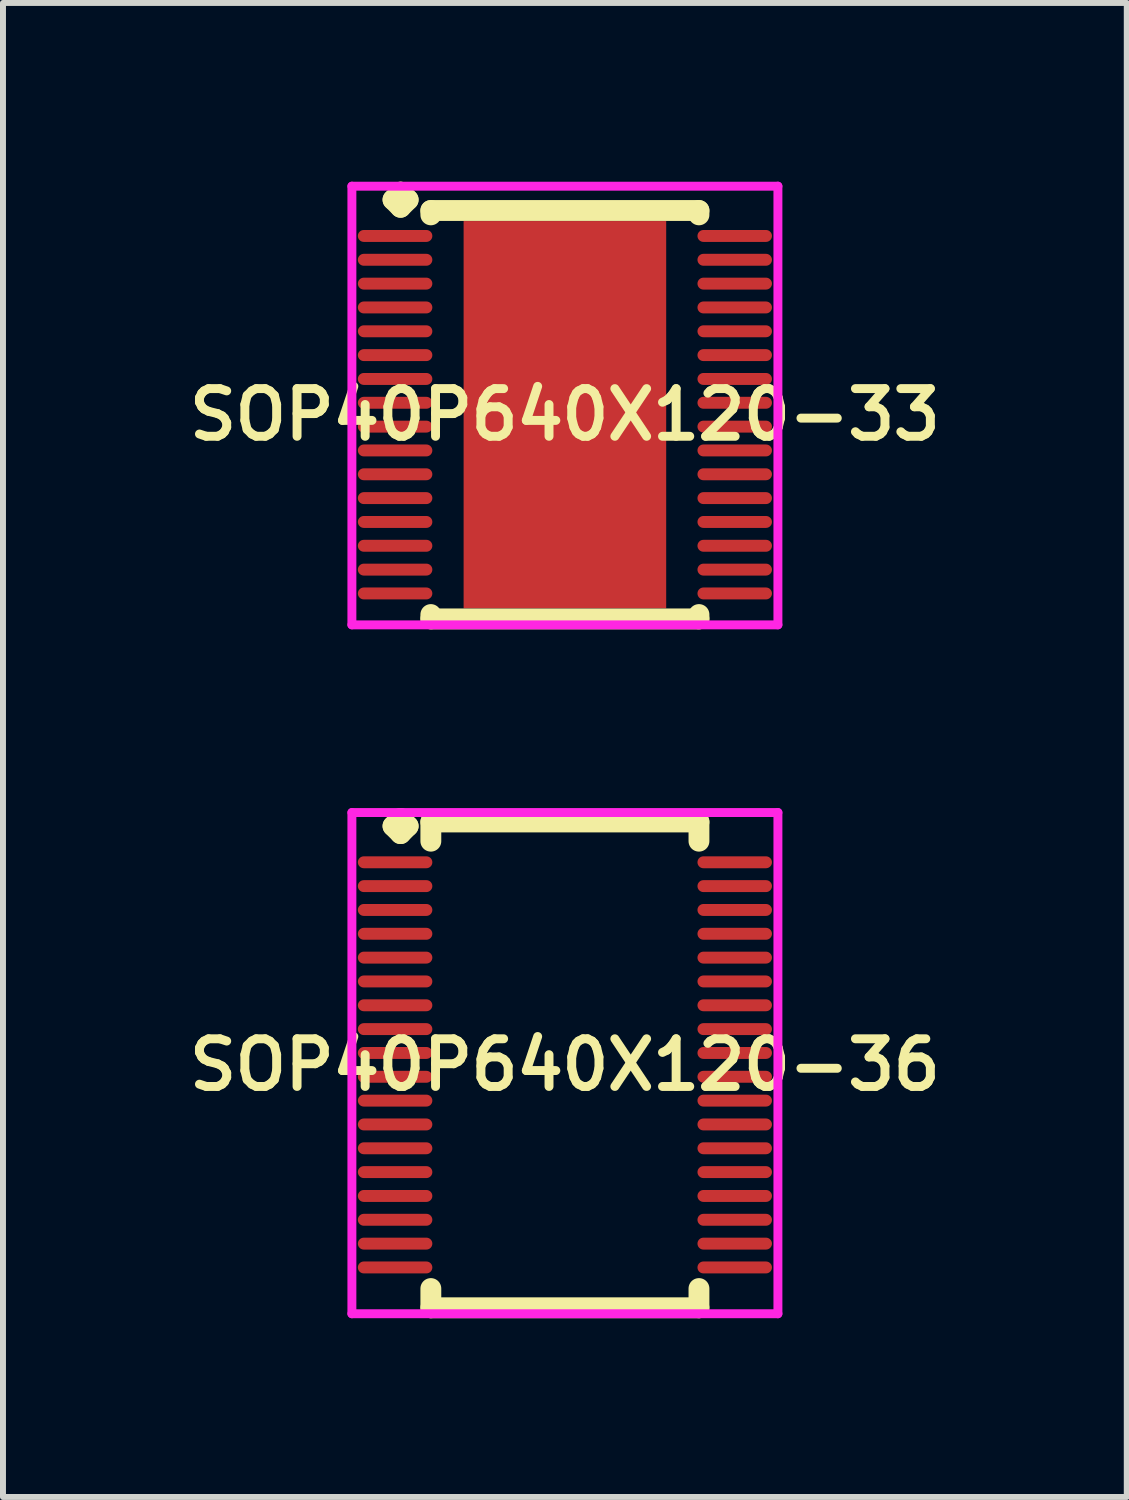
<source format=kicad_pcb>
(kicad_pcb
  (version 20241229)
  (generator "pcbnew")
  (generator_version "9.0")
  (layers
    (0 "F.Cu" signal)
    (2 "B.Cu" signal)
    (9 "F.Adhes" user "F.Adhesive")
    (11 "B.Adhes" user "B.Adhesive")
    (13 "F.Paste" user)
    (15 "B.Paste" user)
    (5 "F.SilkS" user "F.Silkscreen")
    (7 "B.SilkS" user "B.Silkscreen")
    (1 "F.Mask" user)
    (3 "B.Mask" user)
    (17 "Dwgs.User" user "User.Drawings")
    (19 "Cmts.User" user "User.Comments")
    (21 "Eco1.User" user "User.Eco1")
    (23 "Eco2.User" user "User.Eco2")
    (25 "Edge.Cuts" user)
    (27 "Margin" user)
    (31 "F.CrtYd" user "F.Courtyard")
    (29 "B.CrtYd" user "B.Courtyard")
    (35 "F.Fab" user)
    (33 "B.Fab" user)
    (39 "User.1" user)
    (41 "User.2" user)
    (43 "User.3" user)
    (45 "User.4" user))
  (footprint "SOP40P640X120-36"
    (layer "F.Cu")
    (at 6.431 14.822)
    (property "Reference" "SOP40P640X120-36" (at 0 0 0) (layer "F.SilkS") (effects (font (size 0.8 0.8) (thickness 0.15))))
    (attr smd)
    (fp_line (start -2.885 -4.008) (end -2.758 -4.135) (stroke (width 0.35) (type solid)) (layer "F.SilkS"))
    (fp_line (start -2.758 -4.135) (end -2.631 -4.008) (stroke (width 0.35) (type solid)) (layer "F.SilkS"))
    (fp_line (start -2.758 -3.881) (end -2.885 -4.008) (stroke (width 0.35) (type solid)) (layer "F.SilkS"))
    (fp_line (start -2.631 -4.008) (end -2.758 -3.881) (stroke (width 0.35) (type solid)) (layer "F.SilkS"))
    (fp_line (start -2.25 -4.077) (end 2.25 -4.077) (stroke (width 0.35) (type solid)) (layer "F.SilkS"))
    (fp_line (start -2.25 -3.754) (end -2.25 -4.077) (stroke (width 0.35) (type solid)) (layer "F.SilkS"))
    (fp_line (start -2.25 3.754) (end -2.25 4.077) (stroke (width 0.35) (type solid)) (layer "F.SilkS"))
    (fp_line (start -2.25 4.077) (end 2.25 4.077) (stroke (width 0.35) (type solid)) (layer "F.SilkS"))
    (fp_line (start 2.25 -4.077) (end 2.25 -3.754) (stroke (width 0.35) (type solid)) (layer "F.SilkS"))
    (fp_line (start 2.25 4.077) (end 2.25 3.754) (stroke (width 0.35) (type solid)) (layer "F.SilkS"))
    (fp_line (start -3.575 -4.235) (end 3.575 -4.235) (stroke (width 0.15) (type solid)) (layer "F.CrtYd"))
    (fp_line (start -3.575 4.177) (end -3.575 -4.235) (stroke (width 0.15) (type solid)) (layer "F.CrtYd"))
    (fp_line (start 3.575 -4.235) (end 3.575 4.177) (stroke (width 0.15) (type solid)) (layer "F.CrtYd"))
    (fp_line (start 3.575 4.177) (end -3.575 4.177) (stroke (width 0.15) (type solid)) (layer "F.CrtYd"))
    (pad "1" smd oval (at -2.85 -3.4) (size 1.25 0.2) (layers "F.Cu" "F.Mask" "F.Paste"))
    (pad "2" smd oval (at -2.85 -3) (size 1.25 0.2) (layers "F.Cu" "F.Mask" "F.Paste"))
    (pad "3" smd oval (at -2.85 -2.6) (size 1.25 0.2) (layers "F.Cu" "F.Mask" "F.Paste"))
    (pad "4" smd oval (at -2.85 -2.2) (size 1.25 0.2) (layers "F.Cu" "F.Mask" "F.Paste"))
    (pad "5" smd oval (at -2.85 -1.8) (size 1.25 0.2) (layers "F.Cu" "F.Mask" "F.Paste"))
    (pad "6" smd oval (at -2.85 -1.4) (size 1.25 0.2) (layers "F.Cu" "F.Mask" "F.Paste"))
    (pad "7" smd oval (at -2.85 -1) (size 1.25 0.2) (layers "F.Cu" "F.Mask" "F.Paste"))
    (pad "8" smd oval (at -2.85 -0.6) (size 1.25 0.2) (layers "F.Cu" "F.Mask" "F.Paste"))
    (pad "9" smd oval (at -2.85 -0.2) (size 1.25 0.2) (layers "F.Cu" "F.Mask" "F.Paste"))
    (pad "10" smd oval (at -2.85 0.2) (size 1.25 0.2) (layers "F.Cu" "F.Mask" "F.Paste"))
    (pad "11" smd oval (at -2.85 0.6) (size 1.25 0.2) (layers "F.Cu" "F.Mask" "F.Paste"))
    (pad "12" smd oval (at -2.85 1) (size 1.25 0.2) (layers "F.Cu" "F.Mask" "F.Paste"))
    (pad "13" smd oval (at -2.85 1.4) (size 1.25 0.2) (layers "F.Cu" "F.Mask" "F.Paste"))
    (pad "14" smd oval (at -2.85 1.8) (size 1.25 0.2) (layers "F.Cu" "F.Mask" "F.Paste"))
    (pad "15" smd oval (at -2.85 2.2) (size 1.25 0.2) (layers "F.Cu" "F.Mask" "F.Paste"))
    (pad "16" smd oval (at -2.85 2.6) (size 1.25 0.2) (layers "F.Cu" "F.Mask" "F.Paste"))
    (pad "17" smd oval (at -2.85 3) (size 1.25 0.2) (layers "F.Cu" "F.Mask" "F.Paste"))
    (pad "18" smd oval (at -2.85 3.4) (size 1.25 0.2) (layers "F.Cu" "F.Mask" "F.Paste"))
    (pad "19" smd oval (at 2.85 3.4) (size 1.25 0.2) (layers "F.Cu" "F.Mask" "F.Paste"))
    (pad "20" smd oval (at 2.85 3) (size 1.25 0.2) (layers "F.Cu" "F.Mask" "F.Paste"))
    (pad "21" smd oval (at 2.85 2.6) (size 1.25 0.2) (layers "F.Cu" "F.Mask" "F.Paste"))
    (pad "22" smd oval (at 2.85 2.2) (size 1.25 0.2) (layers "F.Cu" "F.Mask" "F.Paste"))
    (pad "23" smd oval (at 2.85 1.8) (size 1.25 0.2) (layers "F.Cu" "F.Mask" "F.Paste"))
    (pad "24" smd oval (at 2.85 1.4) (size 1.25 0.2) (layers "F.Cu" "F.Mask" "F.Paste"))
    (pad "25" smd oval (at 2.85 1) (size 1.25 0.2) (layers "F.Cu" "F.Mask" "F.Paste"))
    (pad "26" smd oval (at 2.85 0.6) (size 1.25 0.2) (layers "F.Cu" "F.Mask" "F.Paste"))
    (pad "27" smd oval (at 2.85 0.2) (size 1.25 0.2) (layers "F.Cu" "F.Mask" "F.Paste"))
    (pad "28" smd oval (at 2.85 -0.2) (size 1.25 0.2) (layers "F.Cu" "F.Mask" "F.Paste"))
    (pad "29" smd oval (at 2.85 -0.6) (size 1.25 0.2) (layers "F.Cu" "F.Mask" "F.Paste"))
    (pad "30" smd oval (at 2.85 -1) (size 1.25 0.2) (layers "F.Cu" "F.Mask" "F.Paste"))
    (pad "31" smd oval (at 2.85 -1.4) (size 1.25 0.2) (layers "F.Cu" "F.Mask" "F.Paste"))
    (pad "32" smd oval (at 2.85 -1.8) (size 1.25 0.2) (layers "F.Cu" "F.Mask" "F.Paste"))
    (pad "33" smd oval (at 2.85 -2.2) (size 1.25 0.2) (layers "F.Cu" "F.Mask" "F.Paste"))
    (pad "34" smd oval (at 2.85 -2.6) (size 1.25 0.2) (layers "F.Cu" "F.Mask" "F.Paste"))
    (pad "35" smd oval (at 2.85 -3) (size 1.25 0.2) (layers "F.Cu" "F.Mask" "F.Paste"))
    (pad "36" smd oval (at 2.85 -3.4) (size 1.25 0.2) (layers "F.Cu" "F.Mask" "F.Paste")))
  (footprint "SOP40P640X120-33"
    (layer "F.Cu")
    (at 6.431 3.91)
    (property "Reference" "SOP40P640X120-33" (at 0 0 0) (layer "F.SilkS") (effects (font (size 0.8 0.8) (thickness 0.15))))
    (attr through_hole)
    (fp_line (start -2.885 -3.608) (end -2.758 -3.735) (stroke (width 0.35) (type solid)) (layer "F.SilkS"))
    (fp_line (start -2.758 -3.735) (end -2.631 -3.608) (stroke (width 0.35) (type solid)) (layer "F.SilkS"))
    (fp_line (start -2.758 -3.481) (end -2.885 -3.608) (stroke (width 0.35) (type solid)) (layer "F.SilkS"))
    (fp_line (start -2.631 -3.608) (end -2.758 -3.481) (stroke (width 0.35) (type solid)) (layer "F.SilkS"))
    (fp_line (start -2.25 -3.427) (end 2.25 -3.427) (stroke (width 0.35) (type solid)) (layer "F.SilkS"))
    (fp_line (start -2.25 -3.354) (end -2.25 -3.427) (stroke (width 0.35) (type solid)) (layer "F.SilkS"))
    (fp_line (start -2.25 3.354) (end -2.25 3.427) (stroke (width 0.35) (type solid)) (layer "F.SilkS"))
    (fp_line (start -2.25 3.427) (end 2.25 3.427) (stroke (width 0.35) (type solid)) (layer "F.SilkS"))
    (fp_line (start 2.25 -3.427) (end 2.25 -3.354) (stroke (width 0.35) (type solid)) (layer "F.SilkS"))
    (fp_line (start 2.25 3.427) (end 2.25 3.354) (stroke (width 0.35) (type solid)) (layer "F.SilkS"))
    (fp_line (start -3.575 -3.835) (end 3.575 -3.835) (stroke (width 0.15) (type solid)) (layer "F.CrtYd"))
    (fp_line (start -3.575 3.527) (end -3.575 -3.835) (stroke (width 0.15) (type solid)) (layer "F.CrtYd"))
    (fp_line (start 3.575 -3.835) (end 3.575 3.527) (stroke (width 0.15) (type solid)) (layer "F.CrtYd"))
    (fp_line (start 3.575 3.527) (end -3.575 3.527) (stroke (width 0.15) (type solid)) (layer "F.CrtYd"))
    (pad "1" smd oval (at -2.85 -3) (size 1.25 0.2) (layers "F.Cu" "F.Mask" "F.Paste"))
    (pad "2" smd oval (at -2.85 -2.6) (size 1.25 0.2) (layers "F.Cu" "F.Mask" "F.Paste"))
    (pad "3" smd oval (at -2.85 -2.2) (size 1.25 0.2) (layers "F.Cu" "F.Mask" "F.Paste"))
    (pad "4" smd oval (at -2.85 -1.8) (size 1.25 0.2) (layers "F.Cu" "F.Mask" "F.Paste"))
    (pad "5" smd oval (at -2.85 -1.4) (size 1.25 0.2) (layers "F.Cu" "F.Mask" "F.Paste"))
    (pad "6" smd oval (at -2.85 -1) (size 1.25 0.2) (layers "F.Cu" "F.Mask" "F.Paste"))
    (pad "7" smd oval (at -2.85 -0.6) (size 1.25 0.2) (layers "F.Cu" "F.Mask" "F.Paste"))
    (pad "8" smd oval (at -2.85 -0.2) (size 1.25 0.2) (layers "F.Cu" "F.Mask" "F.Paste"))
    (pad "9" smd oval (at -2.85 0.2) (size 1.25 0.2) (layers "F.Cu" "F.Mask" "F.Paste"))
    (pad "10" smd oval (at -2.85 0.6) (size 1.25 0.2) (layers "F.Cu" "F.Mask" "F.Paste"))
    (pad "11" smd oval (at -2.85 1) (size 1.25 0.2) (layers "F.Cu" "F.Mask" "F.Paste"))
    (pad "12" smd oval (at -2.85 1.4) (size 1.25 0.2) (layers "F.Cu" "F.Mask" "F.Paste"))
    (pad "13" smd oval (at -2.85 1.8) (size 1.25 0.2) (layers "F.Cu" "F.Mask" "F.Paste"))
    (pad "14" smd oval (at -2.85 2.2) (size 1.25 0.2) (layers "F.Cu" "F.Mask" "F.Paste"))
    (pad "15" smd oval (at -2.85 2.6) (size 1.25 0.2) (layers "F.Cu" "F.Mask" "F.Paste"))
    (pad "16" smd oval (at -2.85 3) (size 1.25 0.2) (layers "F.Cu" "F.Mask" "F.Paste"))
    (pad "17" smd oval (at 2.85 3) (size 1.25 0.2) (layers "F.Cu" "F.Mask" "F.Paste"))
    (pad "18" smd oval (at 2.85 2.6) (size 1.25 0.2) (layers "F.Cu" "F.Mask" "F.Paste"))
    (pad "19" smd oval (at 2.85 2.2) (size 1.25 0.2) (layers "F.Cu" "F.Mask" "F.Paste"))
    (pad "20" smd oval (at 2.85 1.8) (size 1.25 0.2) (layers "F.Cu" "F.Mask" "F.Paste"))
    (pad "21" smd oval (at 2.85 1.4) (size 1.25 0.2) (layers "F.Cu" "F.Mask" "F.Paste"))
    (pad "22" smd oval (at 2.85 1) (size 1.25 0.2) (layers "F.Cu" "F.Mask" "F.Paste"))
    (pad "23" smd oval (at 2.85 0.6) (size 1.25 0.2) (layers "F.Cu" "F.Mask" "F.Paste"))
    (pad "24" smd oval (at 2.85 0.2) (size 1.25 0.2) (layers "F.Cu" "F.Mask" "F.Paste"))
    (pad "25" smd oval (at 2.85 -0.2) (size 1.25 0.2) (layers "F.Cu" "F.Mask" "F.Paste"))
    (pad "26" smd oval (at 2.85 -0.6) (size 1.25 0.2) (layers "F.Cu" "F.Mask" "F.Paste"))
    (pad "27" smd oval (at 2.85 -1) (size 1.25 0.2) (layers "F.Cu" "F.Mask" "F.Paste"))
    (pad "28" smd oval (at 2.85 -1.4) (size 1.25 0.2) (layers "F.Cu" "F.Mask" "F.Paste"))
    (pad "29" smd oval (at 2.85 -1.8) (size 1.25 0.2) (layers "F.Cu" "F.Mask" "F.Paste"))
    (pad "30" smd oval (at 2.85 -2.2) (size 1.25 0.2) (layers "F.Cu" "F.Mask" "F.Paste"))
    (pad "31" smd oval (at 2.85 -2.6) (size 1.25 0.2) (layers "F.Cu" "F.Mask" "F.Paste"))
    (pad "32" smd oval (at 2.85 -3) (size 1.25 0.2) (layers "F.Cu" "F.Mask" "F.Paste"))
    (pad "33" smd rect (at 0 0) (size 3.4 6.5) (layers "F.Cu" "F.Mask" "F.Paste")))
  (gr_rect
    (start -3 -3)
    (end 15.861 22.074)
    (stroke (width 0.1) (type default))
    (fill no)
    (layer "Edge.Cuts")))
</source>
